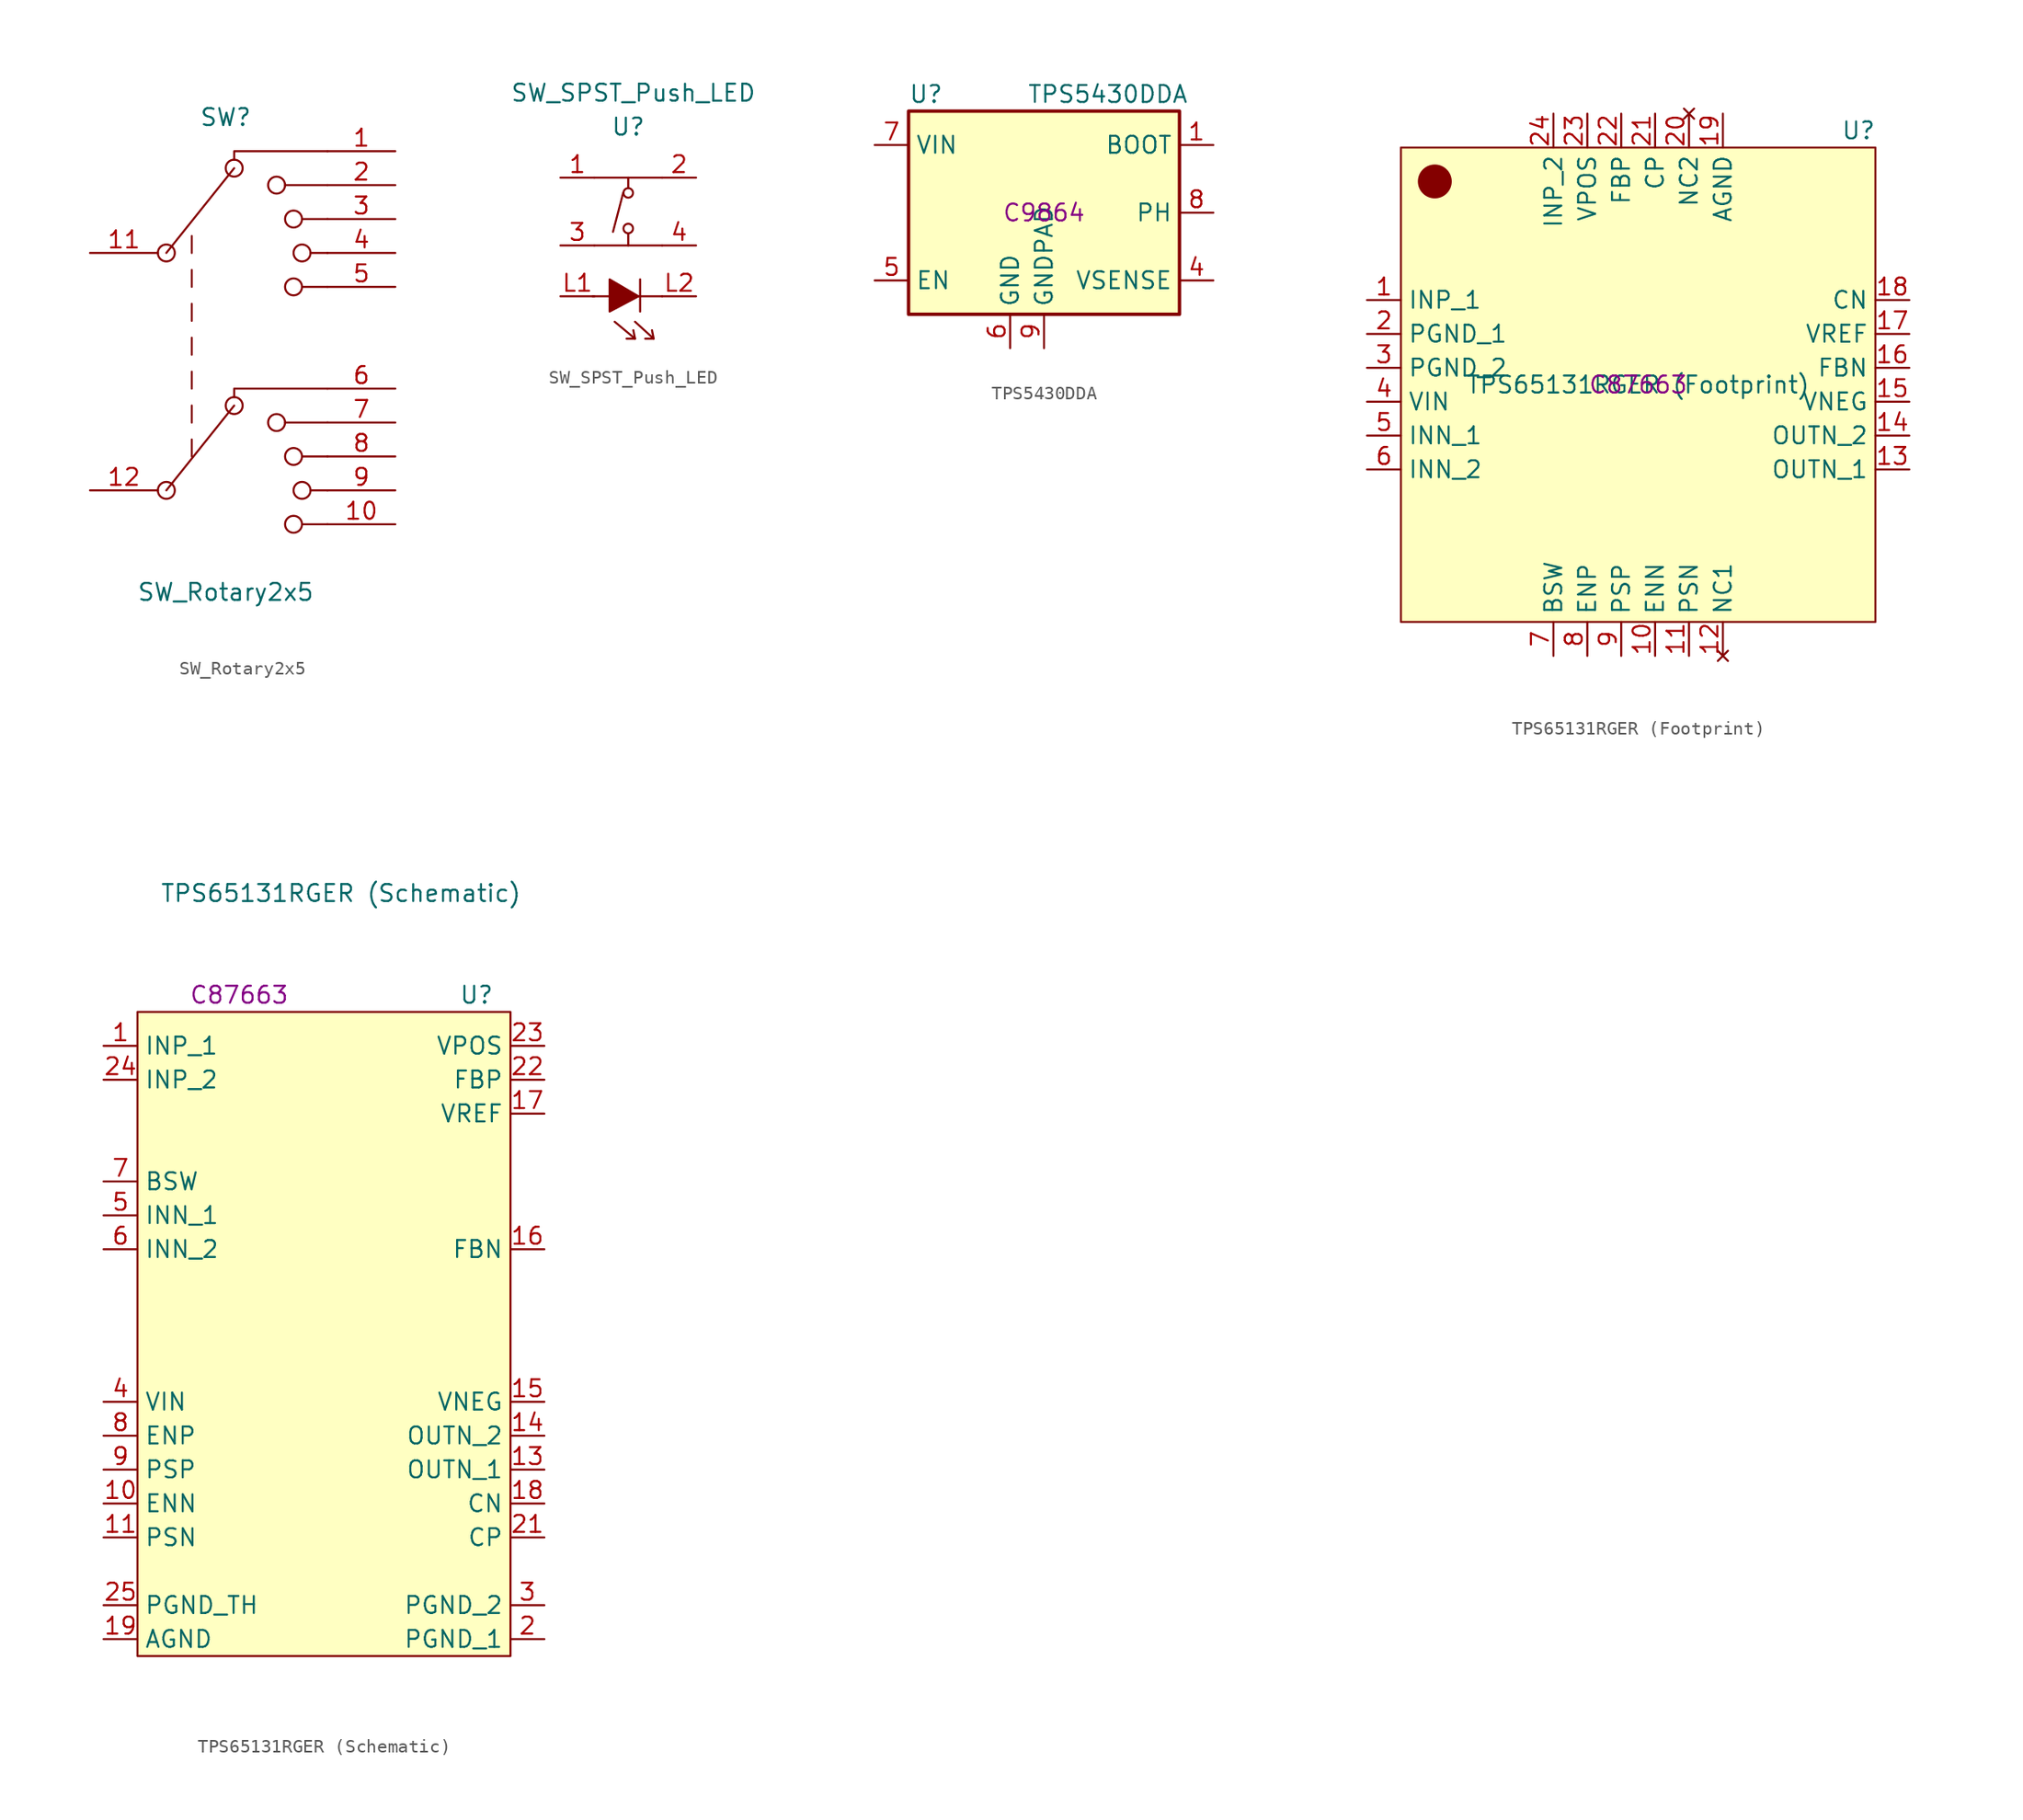
<source format=kicad_sym>
(kicad_symbol_lib
  (version 20220914)
  (generator kicad_symbol_editor)
  (symbol "SW_Rotary2x5"
    (pin_names
      (offset 1.016) hide)
    (property "Reference" "SW"
      (at 0 17.78 0)
      (effects (font (size 1.27 1.27))))
    (property "Value" "SW_Rotary2x5"
      (at 0 -17.78 0)
      (effects (font (size 1.27 1.27))))
    (symbol "SW_Rotary2x5_0_0"
      (circle (center -4.445 -10.16) (radius 0.635) (stroke (width 0) (type default)) (fill (type none)))
      (circle (center -4.445 7.62) (radius 0.635) (stroke (width 0) (type default)) (fill (type none)))
      (polyline (pts (xy -4.445 -10.16) (xy 0.635 -3.81)) (stroke (width 0) (type default)) (fill (type none)))
      (polyline (pts (xy -4.445 7.62) (xy 0.635 13.97)) (stroke (width 0) (type default)) (fill (type none)))
      (polyline (pts (xy -2.54 -7.62) (xy -2.54 -6.35)) (stroke (width 0) (type default)) (fill (type none)))
      (polyline (pts (xy -2.54 -5.08) (xy -2.54 -3.81)) (stroke (width 0) (type default)) (fill (type none)))
      (polyline (pts (xy -2.54 -2.54) (xy -2.54 -1.27)) (stroke (width 0) (type default)) (fill (type none)))
      (polyline (pts (xy -2.54 0) (xy -2.54 1.27)) (stroke (width 0) (type default)) (fill (type none)))
      (polyline (pts (xy -2.54 2.54) (xy -2.54 3.81)) (stroke (width 0) (type default)) (fill (type none)))
      (polyline (pts (xy -2.54 5.08) (xy -2.54 6.35)) (stroke (width 0) (type default)) (fill (type none)))
      (polyline (pts (xy -2.54 7.62) (xy -2.54 8.89)) (stroke (width 0) (type default)) (fill (type none)))
      (polyline (pts (xy 4.445 -5.08) (xy 7.62 -5.08)) (stroke (width 0) (type default)) (fill (type none)))
      (polyline (pts (xy 4.445 12.7) (xy 7.62 12.7)) (stroke (width 0) (type default)) (fill (type none)))
      (polyline (pts (xy 5.715 -12.7) (xy 7.62 -12.7)) (stroke (width 0) (type default)) (fill (type none)))
      (polyline (pts (xy 5.715 -7.62) (xy 7.62 -7.62)) (stroke (width 0) (type default)) (fill (type none)))
      (polyline (pts (xy 5.715 5.08) (xy 7.62 5.08)) (stroke (width 0) (type default)) (fill (type none)))
      (polyline (pts (xy 5.715 10.16) (xy 7.62 10.16)) (stroke (width 0) (type default)) (fill (type none)))
      (polyline (pts (xy 6.35 -10.16) (xy 7.62 -10.16)) (stroke (width 0) (type default)) (fill (type none)))
      (polyline (pts (xy 6.35 7.62) (xy 7.62 7.62)) (stroke (width 0) (type default)) (fill (type none)))
      (polyline (pts (xy 0.635 -3.175) (xy 0.635 -2.54) (xy 7.62 -2.54)) (stroke (width 0) (type default)) (fill (type none)))
      (polyline (pts (xy 0.635 14.605) (xy 0.635 15.24) (xy 7.62 15.24)) (stroke (width 0) (type default)) (fill (type none)))
      (circle (center 0.635 -3.81) (radius 0.635) (stroke (width 0) (type default)) (fill (type none)))
      (circle (center 0.635 13.97) (radius 0.635) (stroke (width 0) (type default)) (fill (type none)))
      (circle (center 3.81 -5.08) (radius 0.635) (stroke (width 0) (type default)) (fill (type none)))
      (circle (center 3.81 12.7) (radius 0.635) (stroke (width 0) (type default)) (fill (type none)))
      (circle (center 5.08 -12.7) (radius 0.635) (stroke (width 0) (type default)) (fill (type none)))
      (circle (center 5.08 -7.62) (radius 0.635) (stroke (width 0) (type default)) (fill (type none)))
      (circle (center 5.08 5.08) (radius 0.635) (stroke (width 0) (type default)) (fill (type none)))
      (circle (center 5.08 10.16) (radius 0.635) (stroke (width 0) (type default)) (fill (type none)))
      (circle (center 5.715 -10.16) (radius 0.635) (stroke (width 0) (type default)) (fill (type none)))
      (circle (center 5.715 7.62) (radius 0.635) (stroke (width 0) (type default)) (fill (type none))))
    (symbol "SW_Rotary2x5_0_1"
      (pin passive line (at 12.7 15.24 180) (length 5.08) (name "1" (effects (font (size 1.27 1.27)))) (number "1" (effects (font (size 1.27 1.27)))))
      (pin passive line (at 12.7 12.7 180) (length 5.08) (name "2" (effects (font (size 1.27 1.27)))) (number "2" (effects (font (size 1.27 1.27)))))
      (pin passive line (at 12.7 10.16 180) (length 5.08) (name "3" (effects (font (size 1.27 1.27)))) (number "3" (effects (font (size 1.27 1.27)))))
      (pin passive line (at 12.7 7.62 180) (length 5.08) (name "4" (effects (font (size 1.27 1.27)))) (number "4" (effects (font (size 1.27 1.27)))))
      (pin passive line (at 12.7 5.08 180) (length 5.08) (name "5" (effects (font (size 1.27 1.27)))) (number "5" (effects (font (size 1.27 1.27))))))
    (symbol "SW_Rotary2x5_1_1"
      (pin passive line (at 12.7 -12.7 180) (length 5.08) (name "10" (effects (font (size 1.27 1.27)))) (number "10" (effects (font (size 1.27 1.27)))))
      (pin passive line (at -10.16 7.62 0) (length 5.08) (name "11" (effects (font (size 1.27 1.27)))) (number "11" (effects (font (size 1.27 1.27)))))
      (pin passive line (at -10.16 -10.16 0) (length 5.08) (name "12" (effects (font (size 1.27 1.27)))) (number "12" (effects (font (size 1.27 1.27)))))
      (pin passive line (at 12.7 -2.54 180) (length 5.08) (name "6" (effects (font (size 1.27 1.27)))) (number "6" (effects (font (size 1.27 1.27)))))
      (pin passive line (at 12.7 -5.08 180) (length 5.08) (name "7" (effects (font (size 1.27 1.27)))) (number "7" (effects (font (size 1.27 1.27)))))
      (pin passive line (at 12.7 -7.62 180) (length 5.08) (name "8" (effects (font (size 1.27 1.27)))) (number "8" (effects (font (size 1.27 1.27)))))
      (pin passive line (at 12.7 -10.16 180) (length 5.08) (name "9" (effects (font (size 1.27 1.27)))) (number "9" (effects (font (size 1.27 1.27)))))))
  (symbol "SW_SPST_Push_LED"
    (pin_names
      (offset 1.016))
    (property "Reference" "U"
      (at 0 6.35 0)
      (effects (font (size 1.27 1.27))))
    (property "Value" "SW_SPST_Push_LED"
      (at 0.381 8.89 0)
      (effects (font (size 1.27 1.27))))
    (symbol "SW_SPST_Push_LED_0_1"
      (rectangle (start -2.54 -2.54) (end 2.54 -2.54) (stroke (width 0) (type solid)) (fill (type none)))
      (rectangle (start -2.54 2.54) (end 2.54 2.54) (stroke (width 0) (type solid)) (fill (type none)))
      (rectangle (start 0 -2.54) (end 0 -1.651) (stroke (width 0) (type solid)) (fill (type none)))
      (circle (center 0 -1.27) (radius 0.356) (stroke (width 0) (type solid)) (fill (type none)))
      (polyline (pts (xy -0.381 1.397) (xy -1.143 -1.524)) (stroke (width 0) (type solid)) (fill (type none)))
      (polyline (pts (xy 0.508 -9.525) (xy 0.381 -8.89)) (stroke (width 0) (type solid)) (fill (type none)))
      (polyline (pts (xy 0.889 -5.08) (xy 0.889 -7.493)) (stroke (width 0) (type solid)) (fill (type none)))
      (polyline (pts (xy 1.905 -9.525) (xy 1.778 -8.89)) (stroke (width 0) (type solid)) (fill (type none)))
      (polyline (pts (xy -1.016 -8.255) (xy 0.508 -9.525) (xy -0.127 -9.525)) (stroke (width 0) (type solid)) (fill (type none)))
      (polyline (pts (xy 0.508 -8.255) (xy 1.905 -9.525) (xy 1.27 -9.525)) (stroke (width 0) (type solid)) (fill (type none)))
      (polyline (pts (xy 2.54 -6.35) (xy 0.889 -6.35) (xy -2.667 -6.35)) (stroke (width 0) (type solid)) (fill (type none)))
      (polyline (pts (xy -1.397 -7.493) (xy -1.397 -5.08) (xy 0.762 -6.35) (xy -1.397 -7.493)) (stroke (width 0) (type solid)) (fill (type outline)))
      (circle (center 0 1.397) (radius 0.356) (stroke (width 0) (type solid)) (fill (type none)))
      (rectangle (start 0 2.54) (end 0 1.778) (stroke (width 0) (type solid)) (fill (type none))))
    (symbol "SW_SPST_Push_LED_1_1"
      (pin input line (at -5.08 2.54 0) (length 2.54) (name "~" (effects (font (size 1.27 1.27)))) (number "1" (effects (font (size 1.27 1.27)))))
      (pin input line (at 5.08 2.54 180) (length 2.54) (name "~" (effects (font (size 1.27 1.27)))) (number "2" (effects (font (size 1.27 1.27)))))
      (pin input line (at -5.08 -2.54 0) (length 2.54) (name "~" (effects (font (size 1.27 1.27)))) (number "3" (effects (font (size 1.27 1.27)))))
      (pin input line (at 5.08 -2.54 180) (length 2.54) (name "~" (effects (font (size 1.27 1.27)))) (number "4" (effects (font (size 1.27 1.27)))))
      (pin input line (at -5.08 -6.35 0) (length 2.54) (name "~" (effects (font (size 1.27 1.27)))) (number "L1" (effects (font (size 1.27 1.27)))))
      (pin input line (at 5.08 -6.35 180) (length 2.54) (name "~" (effects (font (size 1.27 1.27)))) (number "L2" (effects (font (size 1.27 1.27)))))))
  (symbol "TPS5430DDA"
    (property "Reference" "U"
      (at -10.16 8.89 0)
      (effects (font (size 1.27 1.27)) (justify left)))
    (property "Value" "TPS5430DDA"
      (at -1.27 8.89 0)
      (effects (font (size 1.27 1.27)) (justify left)))
    (property "LCSC" "C9864"
      (at 0 0 0)
      (effects (font (size 1.27 1.27))))
    (symbol "TPS5430DDA_0_1"
      (rectangle (start -10.16 7.62) (end 10.16 -7.62) (stroke (width 0.254) (type default)) (fill (type background))))
    (symbol "TPS5430DDA_1_1"
      (pin input line (at 12.7 5.08 180) (length 2.54) (name "BOOT" (effects (font (size 1.27 1.27)))) (number "1" (effects (font (size 1.27 1.27)))))
      (pin no_connect line (at -10.16 2.54 0) (length 2.54) hide (name "NC" (effects (font (size 1.27 1.27)))) (number "2" (effects (font (size 1.27 1.27)))))
      (pin no_connect line (at -10.16 -2.54 0) (length 2.54) hide (name "NC" (effects (font (size 1.27 1.27)))) (number "3" (effects (font (size 1.27 1.27)))))
      (pin input line (at 12.7 -5.08 180) (length 2.54) (name "VSENSE" (effects (font (size 1.27 1.27)))) (number "4" (effects (font (size 1.27 1.27)))))
      (pin input line (at -12.7 -5.08 0) (length 2.54) (name "EN" (effects (font (size 1.27 1.27)))) (number "5" (effects (font (size 1.27 1.27)))))
      (pin power_in line (at -2.54 -10.16 90) (length 2.54) (name "GND" (effects (font (size 1.27 1.27)))) (number "6" (effects (font (size 1.27 1.27)))))
      (pin power_in line (at -12.7 5.08 0) (length 2.54) (name "VIN" (effects (font (size 1.27 1.27)))) (number "7" (effects (font (size 1.27 1.27)))))
      (pin output line (at 12.7 0 180) (length 2.54) (name "PH" (effects (font (size 1.27 1.27)))) (number "8" (effects (font (size 1.27 1.27)))))
      (pin power_in line (at 0 -10.16 90) (length 2.54) (name "GNDPAD" (effects (font (size 1.27 1.27)))) (number "9" (effects (font (size 1.27 1.27)))))))
  (symbol "TPS65131RGER (Footprint)"
    (property "Reference" "U"
      (at 16.51 19.05 0)
      (effects (font (size 1.27 1.27))))
    (property "Value" "TPS65131RGER (Footprint)"
      (at 0 0 0)
      (effects (font (size 1.27 1.27))))
    (property "LCSC" "C87663"
      (at 0 0 0)
      (effects (font (size 1.27 1.27))))
    (symbol "TPS65131RGER (Footprint)_1_1"
      (rectangle (start -17.78 17.78) (end 17.78 -17.78) (stroke (width 0) (type default)) (fill (type background)))
      (circle (center -15.24 15.24) (radius 1.27) (stroke (width -0.0001) (type default)) (fill (type outline)))
      (pin input line (at -20.32 6.35 0) (length 2.54) (name "INP_1" (effects (font (size 1.27 1.27)))) (number "1" (effects (font (size 1.27 1.27)))))
      (pin input line (at 1.27 -20.32 90) (length 2.54) (name "ENN" (effects (font (size 1.27 1.27)))) (number "10" (effects (font (size 1.27 1.27)))))
      (pin input line (at 3.81 -20.32 90) (length 2.54) (name "PSN" (effects (font (size 1.27 1.27)))) (number "11" (effects (font (size 1.27 1.27)))))
      (pin no_connect line (at 6.35 -20.32 90) (length 2.54) (name "NC1" (effects (font (size 1.27 1.27)))) (number "12" (effects (font (size 1.27 1.27)))))
      (pin output line (at 20.32 -6.35 180) (length 2.54) (name "OUTN_1" (effects (font (size 1.27 1.27)))) (number "13" (effects (font (size 1.27 1.27)))))
      (pin output line (at 20.32 -3.81 180) (length 2.54) (name "OUTN_2" (effects (font (size 1.27 1.27)))) (number "14" (effects (font (size 1.27 1.27)))))
      (pin input line (at 20.32 -1.27 180) (length 2.54) (name "VNEG" (effects (font (size 1.27 1.27)))) (number "15" (effects (font (size 1.27 1.27)))))
      (pin input line (at 20.32 1.27 180) (length 2.54) (name "FBN" (effects (font (size 1.27 1.27)))) (number "16" (effects (font (size 1.27 1.27)))))
      (pin output line (at 20.32 3.81 180) (length 2.54) (name "VREF" (effects (font (size 1.27 1.27)))) (number "17" (effects (font (size 1.27 1.27)))))
      (pin passive line (at 20.32 6.35 180) (length 2.54) (name "CN" (effects (font (size 1.27 1.27)))) (number "18" (effects (font (size 1.27 1.27)))))
      (pin power_in line (at 6.35 20.32 270) (length 2.54) (name "AGND" (effects (font (size 1.27 1.27)))) (number "19" (effects (font (size 1.27 1.27)))))
      (pin power_in line (at -20.32 3.81 0) (length 2.54) (name "PGND_1" (effects (font (size 1.27 1.27)))) (number "2" (effects (font (size 1.27 1.27)))))
      (pin no_connect line (at 3.81 20.32 270) (length 2.54) (name "NC2" (effects (font (size 1.27 1.27)))) (number "20" (effects (font (size 1.27 1.27)))))
      (pin passive line (at 1.27 20.32 270) (length 2.54) (name "CP" (effects (font (size 1.27 1.27)))) (number "21" (effects (font (size 1.27 1.27)))))
      (pin input line (at -1.27 20.32 270) (length 2.54) (name "FBP" (effects (font (size 1.27 1.27)))) (number "22" (effects (font (size 1.27 1.27)))))
      (pin input line (at -3.81 20.32 270) (length 2.54) (name "VPOS" (effects (font (size 1.27 1.27)))) (number "23" (effects (font (size 1.27 1.27)))))
      (pin input line (at -6.35 20.32 270) (length 2.54) (name "INP_2" (effects (font (size 1.27 1.27)))) (number "24" (effects (font (size 1.27 1.27)))))
      (pin power_in line (at -20.32 1.27 0) (length 2.54) (name "PGND_2" (effects (font (size 1.27 1.27)))) (number "3" (effects (font (size 1.27 1.27)))))
      (pin input line (at -20.32 -1.27 0) (length 2.54) (name "VIN" (effects (font (size 1.27 1.27)))) (number "4" (effects (font (size 1.27 1.27)))))
      (pin input line (at -20.32 -3.81 0) (length 2.54) (name "INN_1" (effects (font (size 1.27 1.27)))) (number "5" (effects (font (size 1.27 1.27)))))
      (pin input line (at -20.32 -6.35 0) (length 2.54) (name "INN_2" (effects (font (size 1.27 1.27)))) (number "6" (effects (font (size 1.27 1.27)))))
      (pin output line (at -6.35 -20.32 90) (length 2.54) (name "BSW" (effects (font (size 1.27 1.27)))) (number "7" (effects (font (size 1.27 1.27)))))
      (pin input line (at -3.81 -20.32 90) (length 2.54) (name "ENP" (effects (font (size 1.27 1.27)))) (number "8" (effects (font (size 1.27 1.27)))))
      (pin input line (at -1.27 -20.32 90) (length 2.54) (name "PSP" (effects (font (size 1.27 1.27)))) (number "9" (effects (font (size 1.27 1.27)))))))
  (symbol "TPS65131RGER (Schematic)"
    (property "Reference" "U"
      (at 11.43 25.4 0)
      (effects (font (size 1.27 1.27))))
    (property "Value" "TPS65131RGER (Schematic)"
      (at 1.27 33.02 0)
      (effects (font (size 1.27 1.27))))
    (property "LCSC" "C87663"
      (at -6.35 25.4 0)
      (effects (font (size 1.27 1.27))))
    (symbol "TPS65131RGER (Schematic)_1_1"
      (rectangle (start -13.97 24.13) (end 13.97 -24.13) (stroke (width 0) (type default)) (fill (type background)))
      (pin input line (at -16.51 21.59 0) (length 2.54) (name "INP_1" (effects (font (size 1.27 1.27)))) (number "1" (effects (font (size 1.27 1.27)))))
      (pin input line (at -16.51 -12.7 0) (length 2.54) (name "ENN" (effects (font (size 1.27 1.27)))) (number "10" (effects (font (size 1.27 1.27)))))
      (pin input line (at -16.51 -15.24 0) (length 2.54) (name "PSN" (effects (font (size 1.27 1.27)))) (number "11" (effects (font (size 1.27 1.27)))))
      (pin no_connect line (at 16.51 13.97 180) (length 2.54) hide (name "NC1" (effects (font (size 1.27 1.27)))) (number "12" (effects (font (size 1.27 1.27)))))
      (pin output line (at 16.51 -10.16 180) (length 2.54) (name "OUTN_1" (effects (font (size 1.27 1.27)))) (number "13" (effects (font (size 1.27 1.27)))))
      (pin output line (at 16.51 -7.62 180) (length 2.54) (name "OUTN_2" (effects (font (size 1.27 1.27)))) (number "14" (effects (font (size 1.27 1.27)))))
      (pin input line (at 16.51 -5.08 180) (length 2.54) (name "VNEG" (effects (font (size 1.27 1.27)))) (number "15" (effects (font (size 1.27 1.27)))))
      (pin input line (at 16.51 6.35 180) (length 2.54) (name "FBN" (effects (font (size 1.27 1.27)))) (number "16" (effects (font (size 1.27 1.27)))))
      (pin output line (at 16.51 16.51 180) (length 2.54) (name "VREF" (effects (font (size 1.27 1.27)))) (number "17" (effects (font (size 1.27 1.27)))))
      (pin passive line (at 16.51 -12.7 180) (length 2.54) (name "CN" (effects (font (size 1.27 1.27)))) (number "18" (effects (font (size 1.27 1.27)))))
      (pin power_in line (at -16.51 -22.86 0) (length 2.54) (name "AGND" (effects (font (size 1.27 1.27)))) (number "19" (effects (font (size 1.27 1.27)))))
      (pin power_in line (at 16.51 -22.86 180) (length 2.54) (name "PGND_1" (effects (font (size 1.27 1.27)))) (number "2" (effects (font (size 1.27 1.27)))))
      (pin no_connect line (at 16.51 11.43 180) (length 2.54) hide (name "NC2" (effects (font (size 1.27 1.27)))) (number "20" (effects (font (size 1.27 1.27)))))
      (pin passive line (at 16.51 -15.24 180) (length 2.54) (name "CP" (effects (font (size 1.27 1.27)))) (number "21" (effects (font (size 1.27 1.27)))))
      (pin input line (at 16.51 19.05 180) (length 2.54) (name "FBP" (effects (font (size 1.27 1.27)))) (number "22" (effects (font (size 1.27 1.27)))))
      (pin input line (at 16.51 21.59 180) (length 2.54) (name "VPOS" (effects (font (size 1.27 1.27)))) (number "23" (effects (font (size 1.27 1.27)))))
      (pin input line (at -16.51 19.05 0) (length 2.54) (name "INP_2" (effects (font (size 1.27 1.27)))) (number "24" (effects (font (size 1.27 1.27)))))
      (pin power_in line (at -16.51 -20.32 0) (length 2.54) (name "PGND_TH" (effects (font (size 1.27 1.27)))) (number "25" (effects (font (size 1.27 1.27)))))
      (pin power_in line (at 16.51 -20.32 180) (length 2.54) (name "PGND_2" (effects (font (size 1.27 1.27)))) (number "3" (effects (font (size 1.27 1.27)))))
      (pin input line (at -16.51 -5.08 0) (length 2.54) (name "VIN" (effects (font (size 1.27 1.27)))) (number "4" (effects (font (size 1.27 1.27)))))
      (pin input line (at -16.51 8.89 0) (length 2.54) (name "INN_1" (effects (font (size 1.27 1.27)))) (number "5" (effects (font (size 1.27 1.27)))))
      (pin input line (at -16.51 6.35 0) (length 2.54) (name "INN_2" (effects (font (size 1.27 1.27)))) (number "6" (effects (font (size 1.27 1.27)))))
      (pin output line (at -16.51 11.43 0) (length 2.54) (name "BSW" (effects (font (size 1.27 1.27)))) (number "7" (effects (font (size 1.27 1.27)))))
      (pin input line (at -16.51 -7.62 0) (length 2.54) (name "ENP" (effects (font (size 1.27 1.27)))) (number "8" (effects (font (size 1.27 1.27)))))
      (pin input line (at -16.51 -10.16 0) (length 2.54) (name "PSP" (effects (font (size 1.27 1.27)))) (number "9" (effects (font (size 1.27 1.27))))))))
</source>
